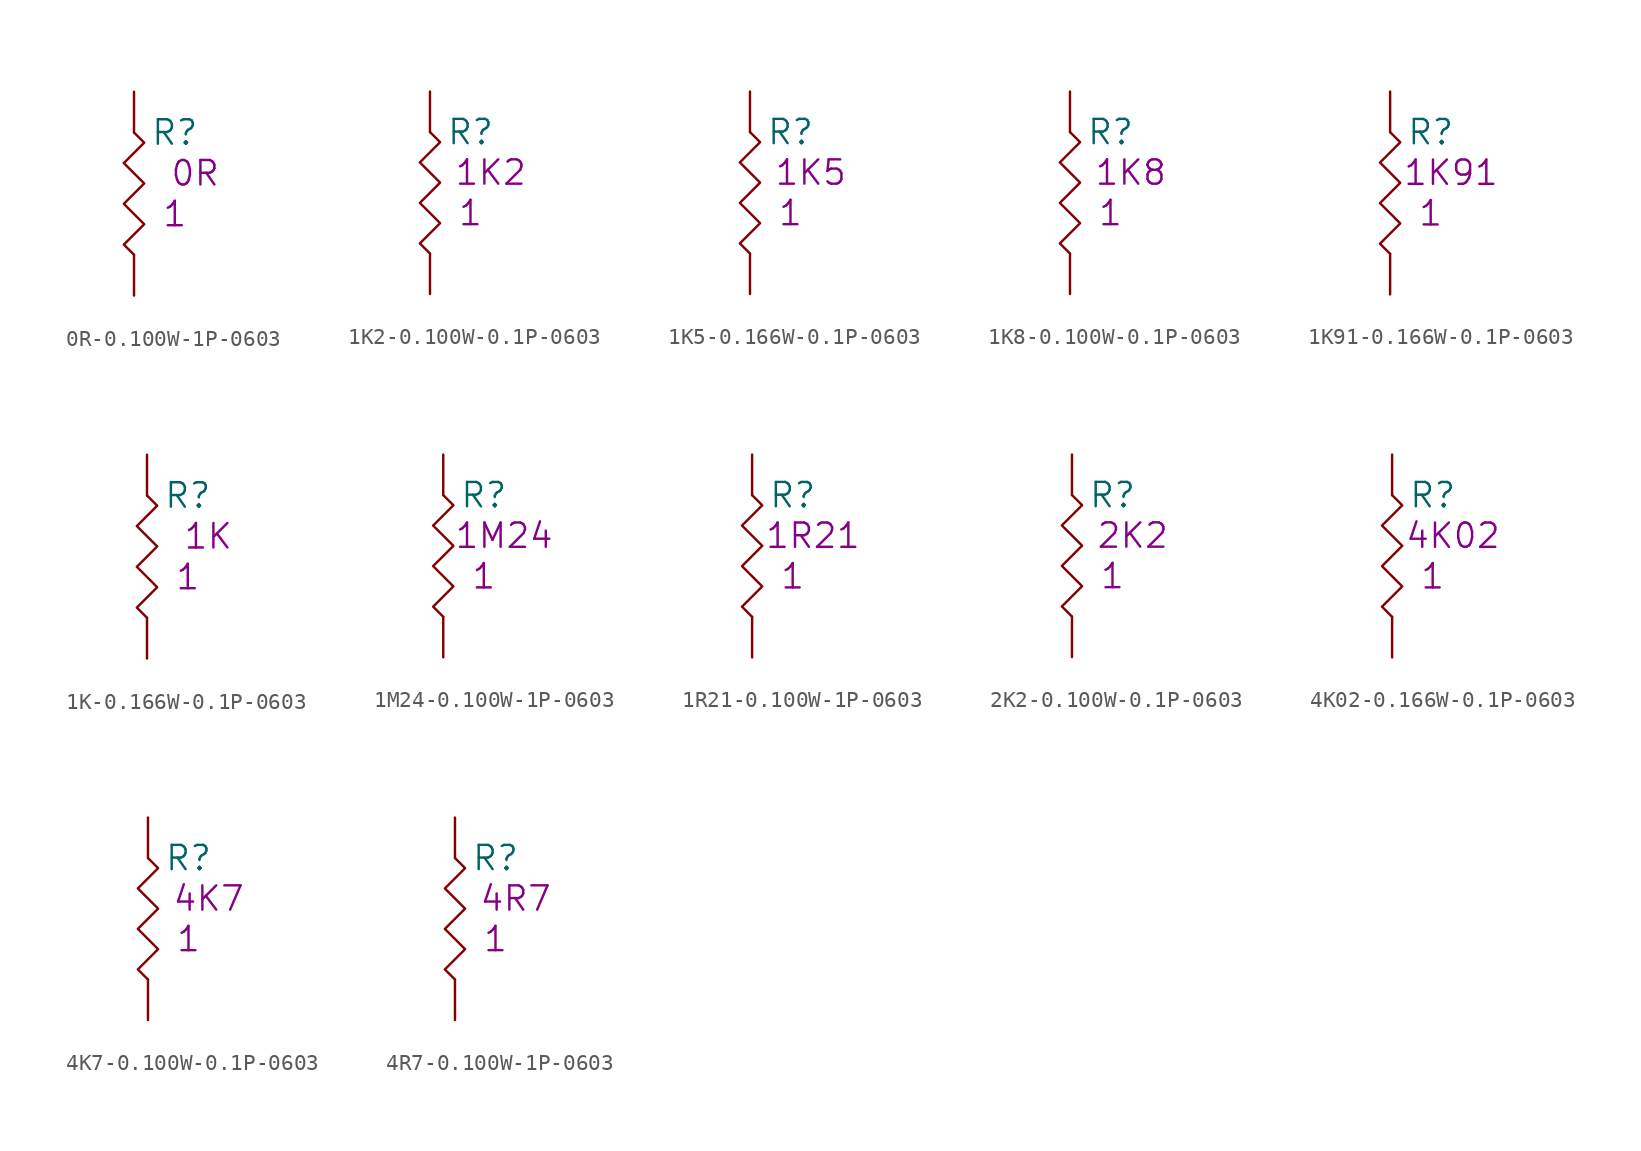
<source format=kicad_sym>
(kicad_symbol_lib
  (version 20201005)
  (generator kicad_symbol_editor)
  (symbol "S_Resistor_0603:0R-0.100W-1P-0603"
    (pin_numbers hide)
    (pin_names
      (offset 1.27) hide)
    (property "Reference" "R"
      (at 2.54 -2.54 0)
      (effects (font (size 1.524 1.524))))
    (property "Datasheet" ""
      (at 0 0 0)
      (effects (font (size 1.524 1.524))))
    (property "Qty" "1"
      (at 2.54 -7.62 0)
      (effects (font (size 1.524 1.524))))
    (property "Desc1" "0R"
      (at 3.81 -5.08 0)
      (effects (font (size 1.524 1.524))))
    (symbol "0R-0.100W-1P-0603_0_1"
      (polyline (pts (xy 0 -2.54) (xy 0.635 -3.175) (xy -0.635 -4.445) (xy 0.635 -5.715) (xy -0.635 -6.985) (xy 0.635 -8.255) (xy -0.635 -9.525) (xy 0 -10.16)) (stroke (width 0)) (fill (type none))))
    (symbol "0R-0.100W-1P-0603_1_1"
      (pin passive line (at 0 0 270) (length 2.54) (name "1" (effects (font (size 1.27 1.27)))) (number "1" (effects (font (size 1.27 1.27)))))
      (pin passive line (at 0 -12.7 90) (length 2.54) (name "2" (effects (font (size 1.27 1.27)))) (number "2" (effects (font (size 1.27 1.27)))))))
  (symbol "S_Resistor_0603:1K2-0.100W-0.1P-0603"
    (pin_numbers hide)
    (pin_names
      (offset 1.27) hide)
    (property "Reference" "R"
      (at 2.54 -2.54 0)
      (effects (font (size 1.524 1.524))))
    (property "Datasheet" ""
      (at 0 0 0)
      (effects (font (size 1.524 1.524))))
    (property "Qty" "1"
      (at 2.54 -7.62 0)
      (effects (font (size 1.524 1.524))))
    (property "Desc1" "1K2"
      (at 3.81 -5.08 0)
      (effects (font (size 1.524 1.524))))
    (symbol "1K2-0.100W-0.1P-0603_0_1"
      (polyline (pts (xy 0 -2.54) (xy 0.635 -3.175) (xy -0.635 -4.445) (xy 0.635 -5.715) (xy -0.635 -6.985) (xy 0.635 -8.255) (xy -0.635 -9.525) (xy 0 -10.16)) (stroke (width 0)) (fill (type none))))
    (symbol "1K2-0.100W-0.1P-0603_1_1"
      (pin passive line (at 0 0 270) (length 2.54) (name "1" (effects (font (size 1.27 1.27)))) (number "1" (effects (font (size 1.27 1.27)))))
      (pin passive line (at 0 -12.7 90) (length 2.54) (name "2" (effects (font (size 1.27 1.27)))) (number "2" (effects (font (size 1.27 1.27)))))))
  (symbol "S_Resistor_0603:1K5-0.166W-0.1P-0603"
    (pin_numbers hide)
    (pin_names
      (offset 1.27) hide)
    (property "Reference" "R"
      (at 2.54 -2.54 0)
      (effects (font (size 1.524 1.524))))
    (property "Datasheet" ""
      (at 0 0 0)
      (effects (font (size 1.524 1.524))))
    (property "Qty" "1"
      (at 2.54 -7.62 0)
      (effects (font (size 1.524 1.524))))
    (property "Desc1" "1K5"
      (at 3.81 -5.08 0)
      (effects (font (size 1.524 1.524))))
    (symbol "1K5-0.166W-0.1P-0603_0_1"
      (polyline (pts (xy 0 -2.54) (xy 0.635 -3.175) (xy -0.635 -4.445) (xy 0.635 -5.715) (xy -0.635 -6.985) (xy 0.635 -8.255) (xy -0.635 -9.525) (xy 0 -10.16)) (stroke (width 0)) (fill (type none))))
    (symbol "1K5-0.166W-0.1P-0603_1_1"
      (pin passive line (at 0 0 270) (length 2.54) (name "1" (effects (font (size 1.27 1.27)))) (number "1" (effects (font (size 1.27 1.27)))))
      (pin passive line (at 0 -12.7 90) (length 2.54) (name "2" (effects (font (size 1.27 1.27)))) (number "2" (effects (font (size 1.27 1.27)))))))
  (symbol "S_Resistor_0603:1K8-0.100W-0.1P-0603"
    (pin_numbers hide)
    (pin_names
      (offset 1.27) hide)
    (property "Reference" "R"
      (at 2.54 -2.54 0)
      (effects (font (size 1.524 1.524))))
    (property "Datasheet" ""
      (at 0 0 0)
      (effects (font (size 1.524 1.524))))
    (property "Qty" "1"
      (at 2.54 -7.62 0)
      (effects (font (size 1.524 1.524))))
    (property "Desc1" "1K8"
      (at 3.81 -5.08 0)
      (effects (font (size 1.524 1.524))))
    (symbol "1K8-0.100W-0.1P-0603_0_1"
      (polyline (pts (xy 0 -2.54) (xy 0.635 -3.175) (xy -0.635 -4.445) (xy 0.635 -5.715) (xy -0.635 -6.985) (xy 0.635 -8.255) (xy -0.635 -9.525) (xy 0 -10.16)) (stroke (width 0)) (fill (type none))))
    (symbol "1K8-0.100W-0.1P-0603_1_1"
      (pin passive line (at 0 0 270) (length 2.54) (name "1" (effects (font (size 1.27 1.27)))) (number "1" (effects (font (size 1.27 1.27)))))
      (pin passive line (at 0 -12.7 90) (length 2.54) (name "2" (effects (font (size 1.27 1.27)))) (number "2" (effects (font (size 1.27 1.27)))))))
  (symbol "S_Resistor_0603:1K91-0.166W-0.1P-0603"
    (pin_numbers hide)
    (pin_names
      (offset 1.27) hide)
    (property "Reference" "R"
      (at 2.54 -2.54 0)
      (effects (font (size 1.524 1.524))))
    (property "Datasheet" ""
      (at 0 0 0)
      (effects (font (size 1.524 1.524))))
    (property "Qty" "1"
      (at 2.54 -7.62 0)
      (effects (font (size 1.524 1.524))))
    (property "Desc1" "1K91"
      (at 3.81 -5.08 0)
      (effects (font (size 1.524 1.524))))
    (symbol "1K91-0.166W-0.1P-0603_0_1"
      (polyline (pts (xy 0 -2.54) (xy 0.635 -3.175) (xy -0.635 -4.445) (xy 0.635 -5.715) (xy -0.635 -6.985) (xy 0.635 -8.255) (xy -0.635 -9.525) (xy 0 -10.16)) (stroke (width 0)) (fill (type none))))
    (symbol "1K91-0.166W-0.1P-0603_1_1"
      (pin passive line (at 0 0 270) (length 2.54) (name "1" (effects (font (size 1.27 1.27)))) (number "1" (effects (font (size 1.27 1.27)))))
      (pin passive line (at 0 -12.7 90) (length 2.54) (name "2" (effects (font (size 1.27 1.27)))) (number "2" (effects (font (size 1.27 1.27)))))))
  (symbol "S_Resistor_0603:1K-0.166W-0.1P-0603"
    (pin_numbers hide)
    (pin_names
      (offset 1.27) hide)
    (property "Reference" "R"
      (at 2.54 -2.54 0)
      (effects (font (size 1.524 1.524))))
    (property "Datasheet" ""
      (at 0 0 0)
      (effects (font (size 1.524 1.524))))
    (property "Qty" "1"
      (at 2.54 -7.62 0)
      (effects (font (size 1.524 1.524))))
    (property "Desc1" "1K"
      (at 3.81 -5.08 0)
      (effects (font (size 1.524 1.524))))
    (symbol "1K-0.166W-0.1P-0603_0_1"
      (polyline (pts (xy 0 -2.54) (xy 0.635 -3.175) (xy -0.635 -4.445) (xy 0.635 -5.715) (xy -0.635 -6.985) (xy 0.635 -8.255) (xy -0.635 -9.525) (xy 0 -10.16)) (stroke (width 0)) (fill (type none))))
    (symbol "1K-0.166W-0.1P-0603_1_1"
      (pin passive line (at 0 0 270) (length 2.54) (name "1" (effects (font (size 1.27 1.27)))) (number "1" (effects (font (size 1.27 1.27)))))
      (pin passive line (at 0 -12.7 90) (length 2.54) (name "2" (effects (font (size 1.27 1.27)))) (number "2" (effects (font (size 1.27 1.27)))))))
  (symbol "S_Resistor_0603:1M24-0.100W-1P-0603"
    (pin_numbers hide)
    (pin_names
      (offset 1.27) hide)
    (property "Reference" "R"
      (at 2.54 -2.54 0)
      (effects (font (size 1.524 1.524))))
    (property "Datasheet" ""
      (at 0 0 0)
      (effects (font (size 1.524 1.524))))
    (property "Qty" "1"
      (at 2.54 -7.62 0)
      (effects (font (size 1.524 1.524))))
    (property "Desc1" "1M24"
      (at 3.81 -5.08 0)
      (effects (font (size 1.524 1.524))))
    (symbol "1M24-0.100W-1P-0603_0_1"
      (polyline (pts (xy 0 -2.54) (xy 0.635 -3.175) (xy -0.635 -4.445) (xy 0.635 -5.715) (xy -0.635 -6.985) (xy 0.635 -8.255) (xy -0.635 -9.525) (xy 0 -10.16)) (stroke (width 0)) (fill (type none))))
    (symbol "1M24-0.100W-1P-0603_1_1"
      (pin passive line (at 0 0 270) (length 2.54) (name "1" (effects (font (size 1.27 1.27)))) (number "1" (effects (font (size 1.27 1.27)))))
      (pin passive line (at 0 -12.7 90) (length 2.54) (name "2" (effects (font (size 1.27 1.27)))) (number "2" (effects (font (size 1.27 1.27)))))))
  (symbol "S_Resistor_0603:1R21-0.100W-1P-0603"
    (pin_numbers hide)
    (pin_names
      (offset 1.27) hide)
    (property "Reference" "R"
      (at 2.54 -2.54 0)
      (effects (font (size 1.524 1.524))))
    (property "Datasheet" ""
      (at 0 0 0)
      (effects (font (size 1.524 1.524))))
    (property "Qty" "1"
      (at 2.54 -7.62 0)
      (effects (font (size 1.524 1.524))))
    (property "Desc1" "1R21"
      (at 3.81 -5.08 0)
      (effects (font (size 1.524 1.524))))
    (symbol "1R21-0.100W-1P-0603_0_1"
      (polyline (pts (xy 0 -2.54) (xy 0.635 -3.175) (xy -0.635 -4.445) (xy 0.635 -5.715) (xy -0.635 -6.985) (xy 0.635 -8.255) (xy -0.635 -9.525) (xy 0 -10.16)) (stroke (width 0)) (fill (type none))))
    (symbol "1R21-0.100W-1P-0603_1_1"
      (pin passive line (at 0 0 270) (length 2.54) (name "1" (effects (font (size 1.27 1.27)))) (number "1" (effects (font (size 1.27 1.27)))))
      (pin passive line (at 0 -12.7 90) (length 2.54) (name "2" (effects (font (size 1.27 1.27)))) (number "2" (effects (font (size 1.27 1.27)))))))
  (symbol "S_Resistor_0603:2K2-0.100W-0.1P-0603"
    (pin_numbers hide)
    (pin_names
      (offset 1.27) hide)
    (property "Reference" "R"
      (at 2.54 -2.54 0)
      (effects (font (size 1.524 1.524))))
    (property "Datasheet" ""
      (at 0 0 0)
      (effects (font (size 1.524 1.524))))
    (property "Qty" "1"
      (at 2.54 -7.62 0)
      (effects (font (size 1.524 1.524))))
    (property "Desc1" "2K2"
      (at 3.81 -5.08 0)
      (effects (font (size 1.524 1.524))))
    (symbol "2K2-0.100W-0.1P-0603_0_1"
      (polyline (pts (xy 0 -2.54) (xy 0.635 -3.175) (xy -0.635 -4.445) (xy 0.635 -5.715) (xy -0.635 -6.985) (xy 0.635 -8.255) (xy -0.635 -9.525) (xy 0 -10.16)) (stroke (width 0)) (fill (type none))))
    (symbol "2K2-0.100W-0.1P-0603_1_1"
      (pin passive line (at 0 0 270) (length 2.54) (name "1" (effects (font (size 1.27 1.27)))) (number "1" (effects (font (size 1.27 1.27)))))
      (pin passive line (at 0 -12.7 90) (length 2.54) (name "2" (effects (font (size 1.27 1.27)))) (number "2" (effects (font (size 1.27 1.27)))))))
  (symbol "S_Resistor_0603:4K02-0.166W-0.1P-0603"
    (pin_numbers hide)
    (pin_names
      (offset 1.27) hide)
    (property "Reference" "R"
      (at 2.54 -2.54 0)
      (effects (font (size 1.524 1.524))))
    (property "Datasheet" ""
      (at 0 0 0)
      (effects (font (size 1.524 1.524))))
    (property "Qty" "1"
      (at 2.54 -7.62 0)
      (effects (font (size 1.524 1.524))))
    (property "Desc1" "4K02"
      (at 3.81 -5.08 0)
      (effects (font (size 1.524 1.524))))
    (symbol "4K02-0.166W-0.1P-0603_0_1"
      (polyline (pts (xy 0 -2.54) (xy 0.635 -3.175) (xy -0.635 -4.445) (xy 0.635 -5.715) (xy -0.635 -6.985) (xy 0.635 -8.255) (xy -0.635 -9.525) (xy 0 -10.16)) (stroke (width 0)) (fill (type none))))
    (symbol "4K02-0.166W-0.1P-0603_1_1"
      (pin passive line (at 0 0 270) (length 2.54) (name "1" (effects (font (size 1.27 1.27)))) (number "1" (effects (font (size 1.27 1.27)))))
      (pin passive line (at 0 -12.7 90) (length 2.54) (name "2" (effects (font (size 1.27 1.27)))) (number "2" (effects (font (size 1.27 1.27)))))))
  (symbol "S_Resistor_0603:4K7-0.100W-0.1P-0603"
    (pin_numbers hide)
    (pin_names
      (offset 1.27) hide)
    (property "Reference" "R"
      (at 2.54 -2.54 0)
      (effects (font (size 1.524 1.524))))
    (property "Datasheet" ""
      (at 0 0 0)
      (effects (font (size 1.524 1.524))))
    (property "Qty" "1"
      (at 2.54 -7.62 0)
      (effects (font (size 1.524 1.524))))
    (property "Desc1" "4K7"
      (at 3.81 -5.08 0)
      (effects (font (size 1.524 1.524))))
    (symbol "4K7-0.100W-0.1P-0603_0_1"
      (polyline (pts (xy 0 -2.54) (xy 0.635 -3.175) (xy -0.635 -4.445) (xy 0.635 -5.715) (xy -0.635 -6.985) (xy 0.635 -8.255) (xy -0.635 -9.525) (xy 0 -10.16)) (stroke (width 0)) (fill (type none))))
    (symbol "4K7-0.100W-0.1P-0603_1_1"
      (pin passive line (at 0 0 270) (length 2.54) (name "1" (effects (font (size 1.27 1.27)))) (number "1" (effects (font (size 1.27 1.27)))))
      (pin passive line (at 0 -12.7 90) (length 2.54) (name "2" (effects (font (size 1.27 1.27)))) (number "2" (effects (font (size 1.27 1.27)))))))
  (symbol "S_Resistor_0603:4R7-0.100W-1P-0603"
    (pin_numbers hide)
    (pin_names
      (offset 1.27) hide)
    (property "Reference" "R"
      (at 2.54 -2.54 0)
      (effects (font (size 1.524 1.524))))
    (property "Datasheet" ""
      (at 0 0 0)
      (effects (font (size 1.524 1.524))))
    (property "Qty" "1"
      (at 2.54 -7.62 0)
      (effects (font (size 1.524 1.524))))
    (property "Desc1" "4R7"
      (at 3.81 -5.08 0)
      (effects (font (size 1.524 1.524))))
    (symbol "4R7-0.100W-1P-0603_0_1"
      (polyline (pts (xy 0 -2.54) (xy 0.635 -3.175) (xy -0.635 -4.445) (xy 0.635 -5.715) (xy -0.635 -6.985) (xy 0.635 -8.255) (xy -0.635 -9.525) (xy 0 -10.16)) (stroke (width 0)) (fill (type none))))
    (symbol "4R7-0.100W-1P-0603_1_1"
      (pin passive line (at 0 0 270) (length 2.54) (name "1" (effects (font (size 1.27 1.27)))) (number "1" (effects (font (size 1.27 1.27)))))
      (pin passive line (at 0 -12.7 90) (length 2.54) (name "2" (effects (font (size 1.27 1.27)))) (number "2" (effects (font (size 1.27 1.27))))))))
</source>
